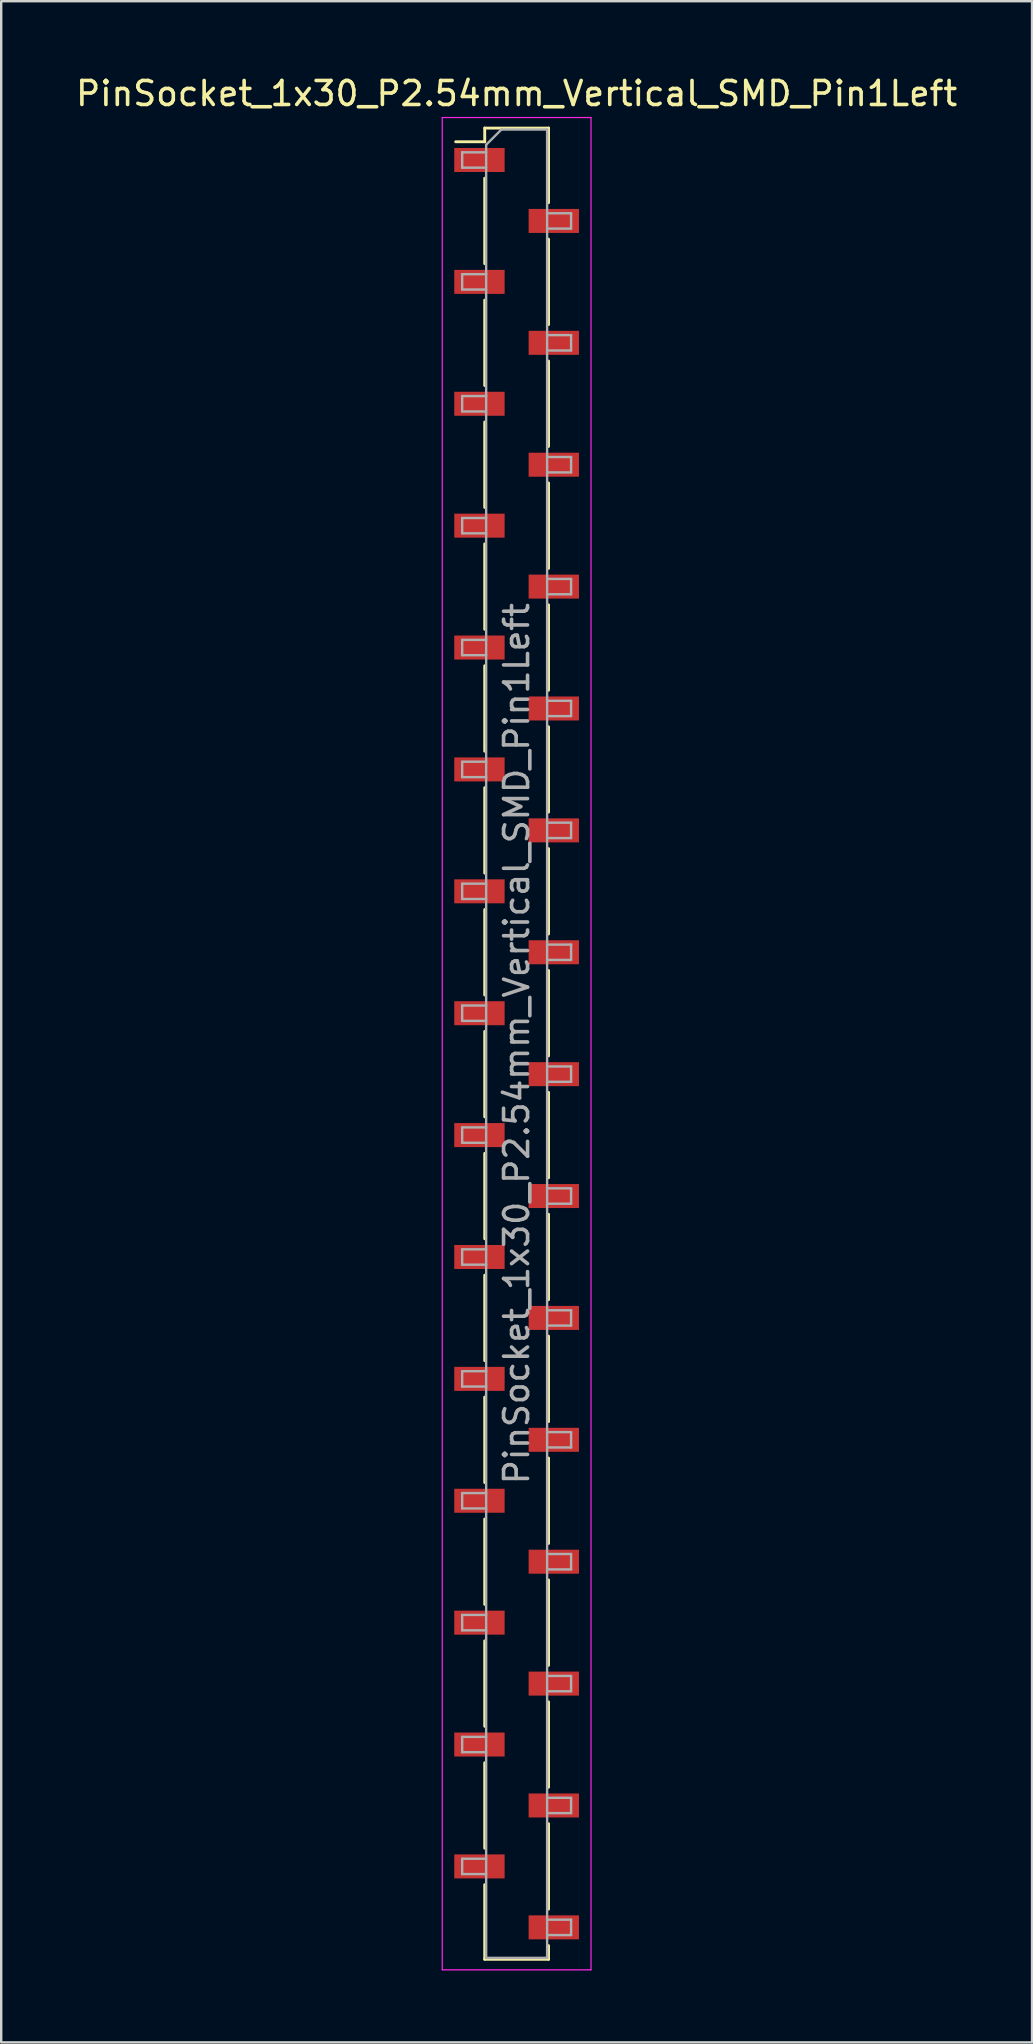
<source format=kicad_pcb>
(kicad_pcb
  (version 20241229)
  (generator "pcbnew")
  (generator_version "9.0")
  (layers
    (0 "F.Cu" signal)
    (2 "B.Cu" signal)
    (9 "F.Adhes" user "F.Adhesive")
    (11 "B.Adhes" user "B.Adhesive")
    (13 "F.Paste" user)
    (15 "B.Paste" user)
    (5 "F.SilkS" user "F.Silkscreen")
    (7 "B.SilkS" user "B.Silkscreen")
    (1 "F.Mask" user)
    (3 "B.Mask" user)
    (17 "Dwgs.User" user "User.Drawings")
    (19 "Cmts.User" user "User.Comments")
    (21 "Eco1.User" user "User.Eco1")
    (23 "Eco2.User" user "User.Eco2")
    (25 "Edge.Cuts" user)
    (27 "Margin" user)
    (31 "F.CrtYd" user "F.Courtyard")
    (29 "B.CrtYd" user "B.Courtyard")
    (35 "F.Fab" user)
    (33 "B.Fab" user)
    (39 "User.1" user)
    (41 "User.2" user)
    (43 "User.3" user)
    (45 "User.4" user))
  (footprint "PinSocket_1x30_P2.54mm_Vertical_SMD_Pin1Left"
    (layer "F.Cu")
    (at 18.482 40.448)
    (property "Reference" "PinSocket_1x30_P2.54mm_Vertical_SMD_Pin1Left" (at 0 -39.6 0) (layer "F.SilkS") (effects (font (size 1 1) (thickness 0.15))))
    (attr smd)
    (fp_line (start -2.54 -37.59) (end -1.33 -37.59) (stroke (width 0.12) (type solid)) (layer "F.SilkS"))
    (fp_line (start -1.33 -38.16) (end -1.33 -37.59) (stroke (width 0.12) (type solid)) (layer "F.SilkS"))
    (fp_line (start -1.33 -38.16) (end 1.33 -38.16) (stroke (width 0.12) (type solid)) (layer "F.SilkS"))
    (fp_line (start -1.33 -36.07) (end -1.33 -32.51) (stroke (width 0.12) (type solid)) (layer "F.SilkS"))
    (fp_line (start -1.33 -30.99) (end -1.33 -27.43) (stroke (width 0.12) (type solid)) (layer "F.SilkS"))
    (fp_line (start -1.33 -25.91) (end -1.33 -22.35) (stroke (width 0.12) (type solid)) (layer "F.SilkS"))
    (fp_line (start -1.33 -20.83) (end -1.33 -17.27) (stroke (width 0.12) (type solid)) (layer "F.SilkS"))
    (fp_line (start -1.33 -15.75) (end -1.33 -12.19) (stroke (width 0.12) (type solid)) (layer "F.SilkS"))
    (fp_line (start -1.33 -10.67) (end -1.33 -7.11) (stroke (width 0.12) (type solid)) (layer "F.SilkS"))
    (fp_line (start -1.33 -5.59) (end -1.33 -2.03) (stroke (width 0.12) (type solid)) (layer "F.SilkS"))
    (fp_line (start -1.33 -0.51) (end -1.33 3.05) (stroke (width 0.12) (type solid)) (layer "F.SilkS"))
    (fp_line (start -1.33 4.57) (end -1.33 8.13) (stroke (width 0.12) (type solid)) (layer "F.SilkS"))
    (fp_line (start -1.33 9.65) (end -1.33 13.21) (stroke (width 0.12) (type solid)) (layer "F.SilkS"))
    (fp_line (start -1.33 14.73) (end -1.33 18.29) (stroke (width 0.12) (type solid)) (layer "F.SilkS"))
    (fp_line (start -1.33 19.81) (end -1.33 23.37) (stroke (width 0.12) (type solid)) (layer "F.SilkS"))
    (fp_line (start -1.33 24.89) (end -1.33 28.45) (stroke (width 0.12) (type solid)) (layer "F.SilkS"))
    (fp_line (start -1.33 29.97) (end -1.33 33.53) (stroke (width 0.12) (type solid)) (layer "F.SilkS"))
    (fp_line (start -1.33 35.05) (end -1.33 38.16) (stroke (width 0.12) (type solid)) (layer "F.SilkS"))
    (fp_line (start -1.33 38.16) (end 1.33 38.16) (stroke (width 0.12) (type solid)) (layer "F.SilkS"))
    (fp_line (start 1.33 -38.16) (end 1.33 -35.05) (stroke (width 0.12) (type solid)) (layer "F.SilkS"))
    (fp_line (start 1.33 -33.53) (end 1.33 -29.97) (stroke (width 0.12) (type solid)) (layer "F.SilkS"))
    (fp_line (start 1.33 -28.45) (end 1.33 -24.89) (stroke (width 0.12) (type solid)) (layer "F.SilkS"))
    (fp_line (start 1.33 -23.37) (end 1.33 -19.81) (stroke (width 0.12) (type solid)) (layer "F.SilkS"))
    (fp_line (start 1.33 -18.29) (end 1.33 -14.73) (stroke (width 0.12) (type solid)) (layer "F.SilkS"))
    (fp_line (start 1.33 -13.21) (end 1.33 -9.65) (stroke (width 0.12) (type solid)) (layer "F.SilkS"))
    (fp_line (start 1.33 -8.13) (end 1.33 -4.57) (stroke (width 0.12) (type solid)) (layer "F.SilkS"))
    (fp_line (start 1.33 -3.05) (end 1.33 0.51) (stroke (width 0.12) (type solid)) (layer "F.SilkS"))
    (fp_line (start 1.33 2.03) (end 1.33 5.59) (stroke (width 0.12) (type solid)) (layer "F.SilkS"))
    (fp_line (start 1.33 7.11) (end 1.33 10.67) (stroke (width 0.12) (type solid)) (layer "F.SilkS"))
    (fp_line (start 1.33 12.19) (end 1.33 15.75) (stroke (width 0.12) (type solid)) (layer "F.SilkS"))
    (fp_line (start 1.33 17.27) (end 1.33 20.83) (stroke (width 0.12) (type solid)) (layer "F.SilkS"))
    (fp_line (start 1.33 22.35) (end 1.33 25.91) (stroke (width 0.12) (type solid)) (layer "F.SilkS"))
    (fp_line (start 1.33 27.43) (end 1.33 30.99) (stroke (width 0.12) (type solid)) (layer "F.SilkS"))
    (fp_line (start 1.33 32.51) (end 1.33 36.07) (stroke (width 0.12) (type solid)) (layer "F.SilkS"))
    (fp_line (start 1.33 37.59) (end 1.33 38.16) (stroke (width 0.12) (type solid)) (layer "F.SilkS"))
    (fp_line (start -3.1 -38.6) (end 3.1 -38.6) (stroke (width 0.05) (type solid)) (layer "F.CrtYd"))
    (fp_line (start -3.1 38.6) (end -3.1 -38.6) (stroke (width 0.05) (type solid)) (layer "F.CrtYd"))
    (fp_line (start 3.1 -38.6) (end 3.1 38.6) (stroke (width 0.05) (type solid)) (layer "F.CrtYd"))
    (fp_line (start 3.1 38.6) (end -3.1 38.6) (stroke (width 0.05) (type solid)) (layer "F.CrtYd"))
    (fp_line (start -2.27 -37.15) (end -1.27 -37.15) (stroke (width 0.1) (type solid)) (layer "F.Fab"))
    (fp_line (start -2.27 -36.51) (end -2.27 -37.15) (stroke (width 0.1) (type solid)) (layer "F.Fab"))
    (fp_line (start -2.27 -32.07) (end -1.27 -32.07) (stroke (width 0.1) (type solid)) (layer "F.Fab"))
    (fp_line (start -2.27 -31.43) (end -2.27 -32.07) (stroke (width 0.1) (type solid)) (layer "F.Fab"))
    (fp_line (start -2.27 -26.99) (end -1.27 -26.99) (stroke (width 0.1) (type solid)) (layer "F.Fab"))
    (fp_line (start -2.27 -26.35) (end -2.27 -26.99) (stroke (width 0.1) (type solid)) (layer "F.Fab"))
    (fp_line (start -2.27 -21.91) (end -1.27 -21.91) (stroke (width 0.1) (type solid)) (layer "F.Fab"))
    (fp_line (start -2.27 -21.27) (end -2.27 -21.91) (stroke (width 0.1) (type solid)) (layer "F.Fab"))
    (fp_line (start -2.27 -16.83) (end -1.27 -16.83) (stroke (width 0.1) (type solid)) (layer "F.Fab"))
    (fp_line (start -2.27 -16.19) (end -2.27 -16.83) (stroke (width 0.1) (type solid)) (layer "F.Fab"))
    (fp_line (start -2.27 -11.75) (end -1.27 -11.75) (stroke (width 0.1) (type solid)) (layer "F.Fab"))
    (fp_line (start -2.27 -11.11) (end -2.27 -11.75) (stroke (width 0.1) (type solid)) (layer "F.Fab"))
    (fp_line (start -2.27 -6.67) (end -1.27 -6.67) (stroke (width 0.1) (type solid)) (layer "F.Fab"))
    (fp_line (start -2.27 -6.03) (end -2.27 -6.67) (stroke (width 0.1) (type solid)) (layer "F.Fab"))
    (fp_line (start -2.27 -1.59) (end -1.27 -1.59) (stroke (width 0.1) (type solid)) (layer "F.Fab"))
    (fp_line (start -2.27 -0.95) (end -2.27 -1.59) (stroke (width 0.1) (type solid)) (layer "F.Fab"))
    (fp_line (start -2.27 3.49) (end -1.27 3.49) (stroke (width 0.1) (type solid)) (layer "F.Fab"))
    (fp_line (start -2.27 4.13) (end -2.27 3.49) (stroke (width 0.1) (type solid)) (layer "F.Fab"))
    (fp_line (start -2.27 8.57) (end -1.27 8.57) (stroke (width 0.1) (type solid)) (layer "F.Fab"))
    (fp_line (start -2.27 9.21) (end -2.27 8.57) (stroke (width 0.1) (type solid)) (layer "F.Fab"))
    (fp_line (start -2.27 13.65) (end -1.27 13.65) (stroke (width 0.1) (type solid)) (layer "F.Fab"))
    (fp_line (start -2.27 14.29) (end -2.27 13.65) (stroke (width 0.1) (type solid)) (layer "F.Fab"))
    (fp_line (start -2.27 18.73) (end -1.27 18.73) (stroke (width 0.1) (type solid)) (layer "F.Fab"))
    (fp_line (start -2.27 19.37) (end -2.27 18.73) (stroke (width 0.1) (type solid)) (layer "F.Fab"))
    (fp_line (start -2.27 23.81) (end -1.27 23.81) (stroke (width 0.1) (type solid)) (layer "F.Fab"))
    (fp_line (start -2.27 24.45) (end -2.27 23.81) (stroke (width 0.1) (type solid)) (layer "F.Fab"))
    (fp_line (start -2.27 28.89) (end -1.27 28.89) (stroke (width 0.1) (type solid)) (layer "F.Fab"))
    (fp_line (start -2.27 29.53) (end -2.27 28.89) (stroke (width 0.1) (type solid)) (layer "F.Fab"))
    (fp_line (start -2.27 33.97) (end -1.27 33.97) (stroke (width 0.1) (type solid)) (layer "F.Fab"))
    (fp_line (start -2.27 34.61) (end -2.27 33.97) (stroke (width 0.1) (type solid)) (layer "F.Fab"))
    (fp_line (start -1.27 -37.465) (end -0.635 -38.1) (stroke (width 0.1) (type solid)) (layer "F.Fab"))
    (fp_line (start -1.27 -36.51) (end -2.27 -36.51) (stroke (width 0.1) (type solid)) (layer "F.Fab"))
    (fp_line (start -1.27 -31.43) (end -2.27 -31.43) (stroke (width 0.1) (type solid)) (layer "F.Fab"))
    (fp_line (start -1.27 -26.35) (end -2.27 -26.35) (stroke (width 0.1) (type solid)) (layer "F.Fab"))
    (fp_line (start -1.27 -21.27) (end -2.27 -21.27) (stroke (width 0.1) (type solid)) (layer "F.Fab"))
    (fp_line (start -1.27 -16.19) (end -2.27 -16.19) (stroke (width 0.1) (type solid)) (layer "F.Fab"))
    (fp_line (start -1.27 -11.11) (end -2.27 -11.11) (stroke (width 0.1) (type solid)) (layer "F.Fab"))
    (fp_line (start -1.27 -6.03) (end -2.27 -6.03) (stroke (width 0.1) (type solid)) (layer "F.Fab"))
    (fp_line (start -1.27 -0.95) (end -2.27 -0.95) (stroke (width 0.1) (type solid)) (layer "F.Fab"))
    (fp_line (start -1.27 4.13) (end -2.27 4.13) (stroke (width 0.1) (type solid)) (layer "F.Fab"))
    (fp_line (start -1.27 9.21) (end -2.27 9.21) (stroke (width 0.1) (type solid)) (layer "F.Fab"))
    (fp_line (start -1.27 14.29) (end -2.27 14.29) (stroke (width 0.1) (type solid)) (layer "F.Fab"))
    (fp_line (start -1.27 19.37) (end -2.27 19.37) (stroke (width 0.1) (type solid)) (layer "F.Fab"))
    (fp_line (start -1.27 24.45) (end -2.27 24.45) (stroke (width 0.1) (type solid)) (layer "F.Fab"))
    (fp_line (start -1.27 29.53) (end -2.27 29.53) (stroke (width 0.1) (type solid)) (layer "F.Fab"))
    (fp_line (start -1.27 34.61) (end -2.27 34.61) (stroke (width 0.1) (type solid)) (layer "F.Fab"))
    (fp_line (start -1.27 38.1) (end -1.27 -37.465) (stroke (width 0.1) (type solid)) (layer "F.Fab"))
    (fp_line (start -0.635 -38.1) (end 1.27 -38.1) (stroke (width 0.1) (type solid)) (layer "F.Fab"))
    (fp_line (start 1.27 -38.1) (end 1.27 38.1) (stroke (width 0.1) (type solid)) (layer "F.Fab"))
    (fp_line (start 1.27 -34.61) (end 2.27 -34.61) (stroke (width 0.1) (type solid)) (layer "F.Fab"))
    (fp_line (start 1.27 -29.53) (end 2.27 -29.53) (stroke (width 0.1) (type solid)) (layer "F.Fab"))
    (fp_line (start 1.27 -24.45) (end 2.27 -24.45) (stroke (width 0.1) (type solid)) (layer "F.Fab"))
    (fp_line (start 1.27 -19.37) (end 2.27 -19.37) (stroke (width 0.1) (type solid)) (layer "F.Fab"))
    (fp_line (start 1.27 -14.29) (end 2.27 -14.29) (stroke (width 0.1) (type solid)) (layer "F.Fab"))
    (fp_line (start 1.27 -9.21) (end 2.27 -9.21) (stroke (width 0.1) (type solid)) (layer "F.Fab"))
    (fp_line (start 1.27 -4.13) (end 2.27 -4.13) (stroke (width 0.1) (type solid)) (layer "F.Fab"))
    (fp_line (start 1.27 0.95) (end 2.27 0.95) (stroke (width 0.1) (type solid)) (layer "F.Fab"))
    (fp_line (start 1.27 6.03) (end 2.27 6.03) (stroke (width 0.1) (type solid)) (layer "F.Fab"))
    (fp_line (start 1.27 11.11) (end 2.27 11.11) (stroke (width 0.1) (type solid)) (layer "F.Fab"))
    (fp_line (start 1.27 16.19) (end 2.27 16.19) (stroke (width 0.1) (type solid)) (layer "F.Fab"))
    (fp_line (start 1.27 21.27) (end 2.27 21.27) (stroke (width 0.1) (type solid)) (layer "F.Fab"))
    (fp_line (start 1.27 26.35) (end 2.27 26.35) (stroke (width 0.1) (type solid)) (layer "F.Fab"))
    (fp_line (start 1.27 31.43) (end 2.27 31.43) (stroke (width 0.1) (type solid)) (layer "F.Fab"))
    (fp_line (start 1.27 36.51) (end 2.27 36.51) (stroke (width 0.1) (type solid)) (layer "F.Fab"))
    (fp_line (start 1.27 38.1) (end -1.27 38.1) (stroke (width 0.1) (type solid)) (layer "F.Fab"))
    (fp_line (start 2.27 -34.61) (end 2.27 -33.97) (stroke (width 0.1) (type solid)) (layer "F.Fab"))
    (fp_line (start 2.27 -33.97) (end 1.27 -33.97) (stroke (width 0.1) (type solid)) (layer "F.Fab"))
    (fp_line (start 2.27 -29.53) (end 2.27 -28.89) (stroke (width 0.1) (type solid)) (layer "F.Fab"))
    (fp_line (start 2.27 -28.89) (end 1.27 -28.89) (stroke (width 0.1) (type solid)) (layer "F.Fab"))
    (fp_line (start 2.27 -24.45) (end 2.27 -23.81) (stroke (width 0.1) (type solid)) (layer "F.Fab"))
    (fp_line (start 2.27 -23.81) (end 1.27 -23.81) (stroke (width 0.1) (type solid)) (layer "F.Fab"))
    (fp_line (start 2.27 -19.37) (end 2.27 -18.73) (stroke (width 0.1) (type solid)) (layer "F.Fab"))
    (fp_line (start 2.27 -18.73) (end 1.27 -18.73) (stroke (width 0.1) (type solid)) (layer "F.Fab"))
    (fp_line (start 2.27 -14.29) (end 2.27 -13.65) (stroke (width 0.1) (type solid)) (layer "F.Fab"))
    (fp_line (start 2.27 -13.65) (end 1.27 -13.65) (stroke (width 0.1) (type solid)) (layer "F.Fab"))
    (fp_line (start 2.27 -9.21) (end 2.27 -8.57) (stroke (width 0.1) (type solid)) (layer "F.Fab"))
    (fp_line (start 2.27 -8.57) (end 1.27 -8.57) (stroke (width 0.1) (type solid)) (layer "F.Fab"))
    (fp_line (start 2.27 -4.13) (end 2.27 -3.49) (stroke (width 0.1) (type solid)) (layer "F.Fab"))
    (fp_line (start 2.27 -3.49) (end 1.27 -3.49) (stroke (width 0.1) (type solid)) (layer "F.Fab"))
    (fp_line (start 2.27 0.95) (end 2.27 1.59) (stroke (width 0.1) (type solid)) (layer "F.Fab"))
    (fp_line (start 2.27 1.59) (end 1.27 1.59) (stroke (width 0.1) (type solid)) (layer "F.Fab"))
    (fp_line (start 2.27 6.03) (end 2.27 6.67) (stroke (width 0.1) (type solid)) (layer "F.Fab"))
    (fp_line (start 2.27 6.67) (end 1.27 6.67) (stroke (width 0.1) (type solid)) (layer "F.Fab"))
    (fp_line (start 2.27 11.11) (end 2.27 11.75) (stroke (width 0.1) (type solid)) (layer "F.Fab"))
    (fp_line (start 2.27 11.75) (end 1.27 11.75) (stroke (width 0.1) (type solid)) (layer "F.Fab"))
    (fp_line (start 2.27 16.19) (end 2.27 16.83) (stroke (width 0.1) (type solid)) (layer "F.Fab"))
    (fp_line (start 2.27 16.83) (end 1.27 16.83) (stroke (width 0.1) (type solid)) (layer "F.Fab"))
    (fp_line (start 2.27 21.27) (end 2.27 21.91) (stroke (width 0.1) (type solid)) (layer "F.Fab"))
    (fp_line (start 2.27 21.91) (end 1.27 21.91) (stroke (width 0.1) (type solid)) (layer "F.Fab"))
    (fp_line (start 2.27 26.35) (end 2.27 26.99) (stroke (width 0.1) (type solid)) (layer "F.Fab"))
    (fp_line (start 2.27 26.99) (end 1.27 26.99) (stroke (width 0.1) (type solid)) (layer "F.Fab"))
    (fp_line (start 2.27 31.43) (end 2.27 32.07) (stroke (width 0.1) (type solid)) (layer "F.Fab"))
    (fp_line (start 2.27 32.07) (end 1.27 32.07) (stroke (width 0.1) (type solid)) (layer "F.Fab"))
    (fp_line (start 2.27 36.51) (end 2.27 37.15) (stroke (width 0.1) (type solid)) (layer "F.Fab"))
    (fp_line (start 2.27 37.15) (end 1.27 37.15) (stroke (width 0.1) (type solid)) (layer "F.Fab"))
    (fp_text user "${REFERENCE}" (at 0 0 90) (layer "F.Fab") (effects (font (size 1 1) (thickness 0.15))))
    (pad "1" smd rect (at -1.55 -36.83) (size 2.1 1) (layers "F.Cu" "F.Mask" "F.Paste"))
    (pad "2" smd rect (at 1.55 -34.29) (size 2.1 1) (layers "F.Cu" "F.Mask" "F.Paste"))
    (pad "3" smd rect (at -1.55 -31.75) (size 2.1 1) (layers "F.Cu" "F.Mask" "F.Paste"))
    (pad "4" smd rect (at 1.55 -29.21) (size 2.1 1) (layers "F.Cu" "F.Mask" "F.Paste"))
    (pad "5" smd rect (at -1.55 -26.67) (size 2.1 1) (layers "F.Cu" "F.Mask" "F.Paste"))
    (pad "6" smd rect (at 1.55 -24.13) (size 2.1 1) (layers "F.Cu" "F.Mask" "F.Paste"))
    (pad "7" smd rect (at -1.55 -21.59) (size 2.1 1) (layers "F.Cu" "F.Mask" "F.Paste"))
    (pad "8" smd rect (at 1.55 -19.05) (size 2.1 1) (layers "F.Cu" "F.Mask" "F.Paste"))
    (pad "9" smd rect (at -1.55 -16.51) (size 2.1 1) (layers "F.Cu" "F.Mask" "F.Paste"))
    (pad "10" smd rect (at 1.55 -13.97) (size 2.1 1) (layers "F.Cu" "F.Mask" "F.Paste"))
    (pad "11" smd rect (at -1.55 -11.43) (size 2.1 1) (layers "F.Cu" "F.Mask" "F.Paste"))
    (pad "12" smd rect (at 1.55 -8.89) (size 2.1 1) (layers "F.Cu" "F.Mask" "F.Paste"))
    (pad "13" smd rect (at -1.55 -6.35) (size 2.1 1) (layers "F.Cu" "F.Mask" "F.Paste"))
    (pad "14" smd rect (at 1.55 -3.81) (size 2.1 1) (layers "F.Cu" "F.Mask" "F.Paste"))
    (pad "15" smd rect (at -1.55 -1.27) (size 2.1 1) (layers "F.Cu" "F.Mask" "F.Paste"))
    (pad "16" smd rect (at 1.55 1.27) (size 2.1 1) (layers "F.Cu" "F.Mask" "F.Paste"))
    (pad "17" smd rect (at -1.55 3.81) (size 2.1 1) (layers "F.Cu" "F.Mask" "F.Paste"))
    (pad "18" smd rect (at 1.55 6.35) (size 2.1 1) (layers "F.Cu" "F.Mask" "F.Paste"))
    (pad "19" smd rect (at -1.55 8.89) (size 2.1 1) (layers "F.Cu" "F.Mask" "F.Paste"))
    (pad "20" smd rect (at 1.55 11.43) (size 2.1 1) (layers "F.Cu" "F.Mask" "F.Paste"))
    (pad "21" smd rect (at -1.55 13.97) (size 2.1 1) (layers "F.Cu" "F.Mask" "F.Paste"))
    (pad "22" smd rect (at 1.55 16.51) (size 2.1 1) (layers "F.Cu" "F.Mask" "F.Paste"))
    (pad "23" smd rect (at -1.55 19.05) (size 2.1 1) (layers "F.Cu" "F.Mask" "F.Paste"))
    (pad "24" smd rect (at 1.55 21.59) (size 2.1 1) (layers "F.Cu" "F.Mask" "F.Paste"))
    (pad "25" smd rect (at -1.55 24.13) (size 2.1 1) (layers "F.Cu" "F.Mask" "F.Paste"))
    (pad "26" smd rect (at 1.55 26.67) (size 2.1 1) (layers "F.Cu" "F.Mask" "F.Paste"))
    (pad "27" smd rect (at -1.55 29.21) (size 2.1 1) (layers "F.Cu" "F.Mask" "F.Paste"))
    (pad "28" smd rect (at 1.55 31.75) (size 2.1 1) (layers "F.Cu" "F.Mask" "F.Paste"))
    (pad "29" smd rect (at -1.55 34.29) (size 2.1 1) (layers "F.Cu" "F.Mask" "F.Paste"))
    (pad "30" smd rect (at 1.55 36.83) (size 2.1 1) (layers "F.Cu" "F.Mask" "F.Paste")))
  (gr_rect
    (start -3 -3)
    (end 39.964 82.073)
    (stroke (width 0.1) (type default))
    (fill no)
    (layer "Edge.Cuts")))
</source>
